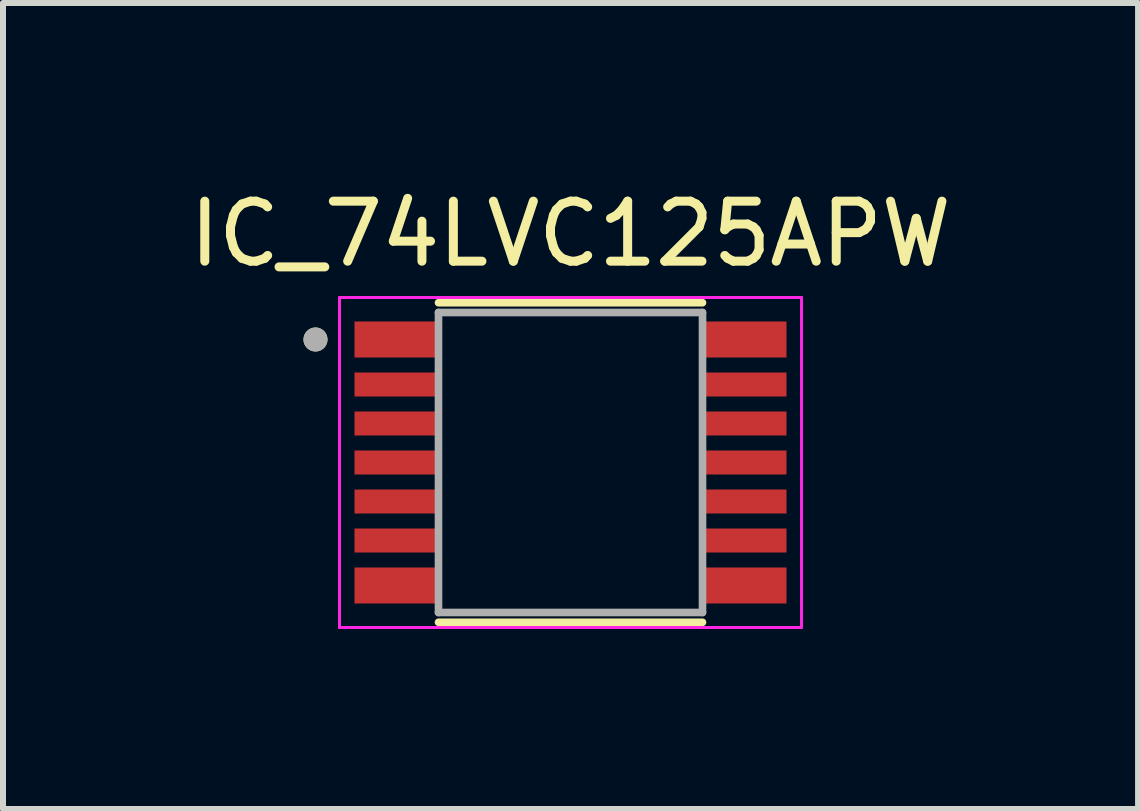
<source format=kicad_pcb>
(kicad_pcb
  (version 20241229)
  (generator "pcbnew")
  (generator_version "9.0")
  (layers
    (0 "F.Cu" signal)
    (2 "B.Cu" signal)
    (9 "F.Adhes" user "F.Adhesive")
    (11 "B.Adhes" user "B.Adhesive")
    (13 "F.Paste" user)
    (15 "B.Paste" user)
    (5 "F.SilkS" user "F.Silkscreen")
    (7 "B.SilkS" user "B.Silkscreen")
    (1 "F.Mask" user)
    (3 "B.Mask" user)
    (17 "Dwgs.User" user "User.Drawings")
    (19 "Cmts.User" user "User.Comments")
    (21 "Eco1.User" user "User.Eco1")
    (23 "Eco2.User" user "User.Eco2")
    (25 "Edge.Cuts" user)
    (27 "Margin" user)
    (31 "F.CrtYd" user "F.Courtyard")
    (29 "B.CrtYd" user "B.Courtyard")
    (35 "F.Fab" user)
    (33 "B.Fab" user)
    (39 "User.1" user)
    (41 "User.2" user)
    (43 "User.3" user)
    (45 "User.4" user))
  (footprint "IC_74LVC125APW"
    (layer "F.Cu")
    (at 6.458 4.658)
    (property "Reference" "IC_74LVC125APW" (at 0 -3.81 0) (layer "F.SilkS") (effects (font (size 1 1) (thickness 0.15))))
    (attr smd)
    (fp_poly (pts (xy -3.6 -2.35) (xy -2.25 -2.35) (xy -2.25 -1.75) (xy -3.6 -1.75)) (stroke (width 0.01) (type solid)) (fill yes) (layer "F.Mask"))
    (fp_poly (pts (xy -3.6 -1.5) (xy -2.25 -1.5) (xy -2.25 -1.1) (xy -3.6 -1.1)) (stroke (width 0.01) (type solid)) (fill yes) (layer "F.Mask"))
    (fp_poly (pts (xy -3.6 -0.85) (xy -2.25 -0.85) (xy -2.25 -0.45) (xy -3.6 -0.45)) (stroke (width 0.01) (type solid)) (fill yes) (layer "F.Mask"))
    (fp_poly (pts (xy -3.6 -0.2) (xy -2.25 -0.2) (xy -2.25 0.2) (xy -3.6 0.2)) (stroke (width 0.01) (type solid)) (fill yes) (layer "F.Mask"))
    (fp_poly (pts (xy -3.6 0.45) (xy -2.25 0.45) (xy -2.25 0.85) (xy -3.6 0.85)) (stroke (width 0.01) (type solid)) (fill yes) (layer "F.Mask"))
    (fp_poly (pts (xy -3.6 1.1) (xy -2.25 1.1) (xy -2.25 1.5) (xy -3.6 1.5)) (stroke (width 0.01) (type solid)) (fill yes) (layer "F.Mask"))
    (fp_poly (pts (xy -3.6 1.75) (xy -2.25 1.75) (xy -2.25 2.35) (xy -3.6 2.35)) (stroke (width 0.01) (type solid)) (fill yes) (layer "F.Mask"))
    (fp_poly (pts (xy 2.25 -2.35) (xy 3.6 -2.35) (xy 3.6 -1.75) (xy 2.25 -1.75)) (stroke (width 0.01) (type solid)) (fill yes) (layer "F.Mask"))
    (fp_poly (pts (xy 2.25 -1.5) (xy 3.6 -1.5) (xy 3.6 -1.1) (xy 2.25 -1.1)) (stroke (width 0.01) (type solid)) (fill yes) (layer "F.Mask"))
    (fp_poly (pts (xy 2.25 -0.85) (xy 3.6 -0.85) (xy 3.6 -0.45) (xy 2.25 -0.45)) (stroke (width 0.01) (type solid)) (fill yes) (layer "F.Mask"))
    (fp_poly (pts (xy 2.25 -0.2) (xy 3.6 -0.2) (xy 3.6 0.2) (xy 2.25 0.2)) (stroke (width 0.01) (type solid)) (fill yes) (layer "F.Mask"))
    (fp_poly (pts (xy 2.25 0.45) (xy 3.6 0.45) (xy 3.6 0.85) (xy 2.25 0.85)) (stroke (width 0.01) (type solid)) (fill yes) (layer "F.Mask"))
    (fp_poly (pts (xy 2.25 1.1) (xy 3.6 1.1) (xy 3.6 1.5) (xy 2.25 1.5)) (stroke (width 0.01) (type solid)) (fill yes) (layer "F.Mask"))
    (fp_poly (pts (xy 2.25 1.75) (xy 3.6 1.75) (xy 3.6 2.35) (xy 2.25 2.35)) (stroke (width 0.01) (type solid)) (fill yes) (layer "F.Mask"))
    (fp_line (start -2.2 -2.663) (end 2.2 -2.663) (stroke (width 0.127) (type solid)) (layer "F.SilkS"))
    (fp_line (start 2.2 2.663) (end -2.2 2.663) (stroke (width 0.127) (type solid)) (layer "F.SilkS"))
    (fp_circle (center -4.25 -2.05) (end -4.15 -2.05) (stroke (width 0.2) (type solid)) (fill no) (layer "F.SilkS"))
    (fp_poly (pts (xy -3.55 -2.3) (xy -2.3 -2.3) (xy -2.3 -1.8) (xy -3.55 -1.8)) (stroke (width 0.01) (type solid)) (fill yes) (layer "F.Paste"))
    (fp_poly (pts (xy -3.55 -1.45) (xy -2.3 -1.45) (xy -2.3 -1.15) (xy -3.55 -1.15)) (stroke (width 0.01) (type solid)) (fill yes) (layer "F.Paste"))
    (fp_poly (pts (xy -3.55 -0.8) (xy -2.3 -0.8) (xy -2.3 -0.5) (xy -3.55 -0.5)) (stroke (width 0.01) (type solid)) (fill yes) (layer "F.Paste"))
    (fp_poly (pts (xy -3.55 -0.15) (xy -2.3 -0.15) (xy -2.3 0.15) (xy -3.55 0.15)) (stroke (width 0.01) (type solid)) (fill yes) (layer "F.Paste"))
    (fp_poly (pts (xy -3.55 0.5) (xy -2.3 0.5) (xy -2.3 0.8) (xy -3.55 0.8)) (stroke (width 0.01) (type solid)) (fill yes) (layer "F.Paste"))
    (fp_poly (pts (xy -3.55 1.15) (xy -2.3 1.15) (xy -2.3 1.45) (xy -3.55 1.45)) (stroke (width 0.01) (type solid)) (fill yes) (layer "F.Paste"))
    (fp_poly (pts (xy -3.55 1.8) (xy -2.3 1.8) (xy -2.3 2.3) (xy -3.55 2.3)) (stroke (width 0.01) (type solid)) (fill yes) (layer "F.Paste"))
    (fp_poly (pts (xy 2.3 -2.3) (xy 3.55 -2.3) (xy 3.55 -1.8) (xy 2.3 -1.8)) (stroke (width 0.01) (type solid)) (fill yes) (layer "F.Paste"))
    (fp_poly (pts (xy 2.3 -1.45) (xy 3.55 -1.45) (xy 3.55 -1.15) (xy 2.3 -1.15)) (stroke (width 0.01) (type solid)) (fill yes) (layer "F.Paste"))
    (fp_poly (pts (xy 2.3 -0.8) (xy 3.55 -0.8) (xy 3.55 -0.5) (xy 2.3 -0.5)) (stroke (width 0.01) (type solid)) (fill yes) (layer "F.Paste"))
    (fp_poly (pts (xy 2.3 -0.15) (xy 3.55 -0.15) (xy 3.55 0.15) (xy 2.3 0.15)) (stroke (width 0.01) (type solid)) (fill yes) (layer "F.Paste"))
    (fp_poly (pts (xy 2.3 0.5) (xy 3.55 0.5) (xy 3.55 0.8) (xy 2.3 0.8)) (stroke (width 0.01) (type solid)) (fill yes) (layer "F.Paste"))
    (fp_poly (pts (xy 2.3 1.15) (xy 3.55 1.15) (xy 3.55 1.45) (xy 2.3 1.45)) (stroke (width 0.01) (type solid)) (fill yes) (layer "F.Paste"))
    (fp_poly (pts (xy 2.3 1.8) (xy 3.55 1.8) (xy 3.55 2.3) (xy 2.3 2.3)) (stroke (width 0.01) (type solid)) (fill yes) (layer "F.Paste"))
    (fp_line (start -3.85 -2.75) (end 3.85 -2.75) (stroke (width 0.05) (type solid)) (layer "F.CrtYd"))
    (fp_line (start -3.85 2.75) (end -3.85 -2.75) (stroke (width 0.05) (type solid)) (layer "F.CrtYd"))
    (fp_line (start 3.85 -2.75) (end 3.85 2.75) (stroke (width 0.05) (type solid)) (layer "F.CrtYd"))
    (fp_line (start 3.85 2.75) (end -3.85 2.75) (stroke (width 0.05) (type solid)) (layer "F.CrtYd"))
    (fp_line (start -2.2 -2.5) (end 2.2 -2.5) (stroke (width 0.127) (type solid)) (layer "F.Fab"))
    (fp_line (start -2.2 2.5) (end -2.2 -2.5) (stroke (width 0.127) (type solid)) (layer "F.Fab"))
    (fp_line (start 2.2 -2.5) (end 2.2 2.5) (stroke (width 0.127) (type solid)) (layer "F.Fab"))
    (fp_line (start 2.2 2.5) (end -2.2 2.5) (stroke (width 0.127) (type solid)) (layer "F.Fab"))
    (fp_circle (center -4.25 -2.05) (end -4.15 -2.05) (stroke (width 0.2) (type solid)) (fill no) (layer "F.Fab"))
    (pad "1" smd rect (at -2.925 -2.05) (size 1.35 0.6) (layers "F.Cu"))
    (pad "2" smd rect (at -2.925 -1.3) (size 1.35 0.4) (layers "F.Cu"))
    (pad "3" smd rect (at -2.925 -0.65) (size 1.35 0.4) (layers "F.Cu"))
    (pad "4" smd rect (at -2.925 0) (size 1.35 0.4) (layers "F.Cu"))
    (pad "5" smd rect (at -2.925 0.65) (size 1.35 0.4) (layers "F.Cu"))
    (pad "6" smd rect (at -2.925 1.3) (size 1.35 0.4) (layers "F.Cu"))
    (pad "7" smd rect (at -2.925 2.05) (size 1.35 0.6) (layers "F.Cu"))
    (pad "8" smd rect (at 2.925 2.05) (size 1.35 0.6) (layers "F.Cu"))
    (pad "9" smd rect (at 2.925 1.3) (size 1.35 0.4) (layers "F.Cu"))
    (pad "10" smd rect (at 2.925 0.65) (size 1.35 0.4) (layers "F.Cu"))
    (pad "11" smd rect (at 2.925 0) (size 1.35 0.4) (layers "F.Cu"))
    (pad "12" smd rect (at 2.925 -0.65) (size 1.35 0.4) (layers "F.Cu"))
    (pad "13" smd rect (at 2.925 -1.3) (size 1.35 0.4) (layers "F.Cu"))
    (pad "14" smd rect (at 2.925 -2.05) (size 1.35 0.6) (layers "F.Cu")))
  (gr_rect
    (start -3 -3)
    (end 15.917 10.433)
    (stroke (width 0.1) (type default))
    (fill no)
    (layer "Edge.Cuts")))
</source>
